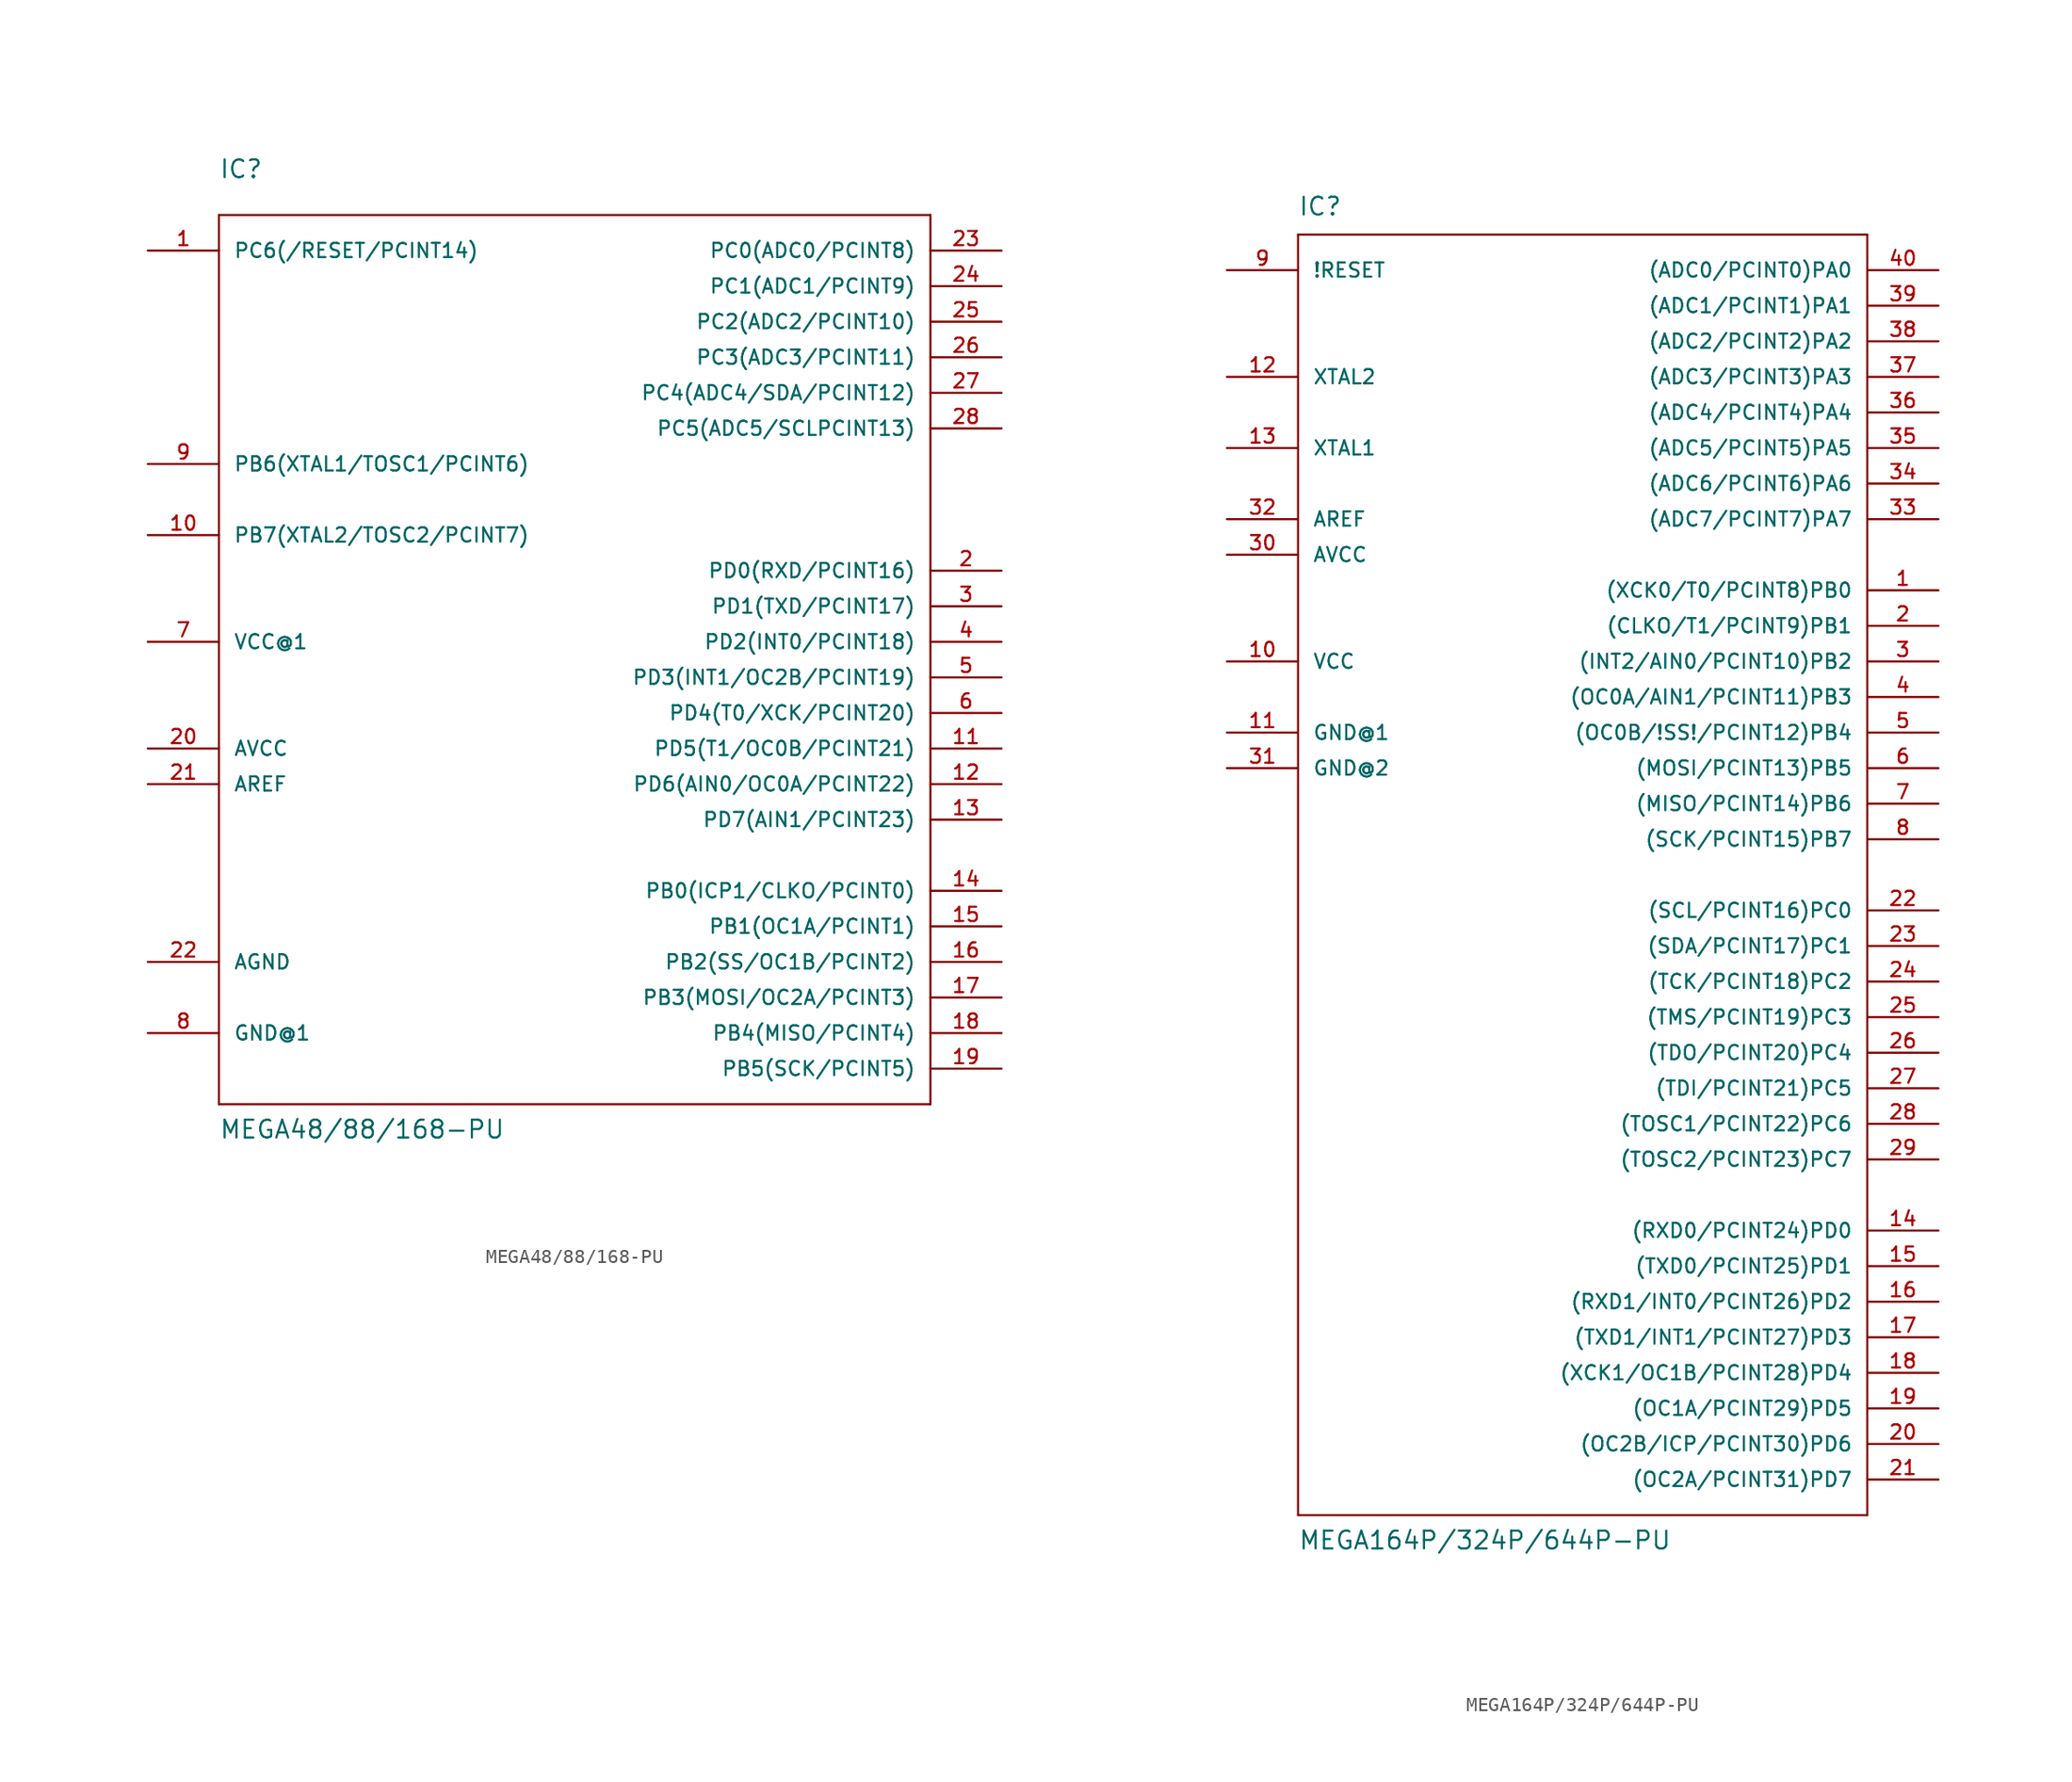
<source format=kicad_sym>
(kicad_symbol_lib
  (version 20220914)
  (generator kicad_symbol_editor)
  (symbol "MEGA48/88/168-PU"
    (pin_names
      (offset 1.016))
    (property "Reference" "IC"
      (at -25.4 33.02 0)
      (effects (font (size 1.27 1.27)) (justify left bottom)))
    (property "Value" "MEGA48/88/168-PU"
      (at -25.4 -35.56 0)
      (effects (font (size 1.27 1.27)) (justify left bottom)))
    (property "Datasheet" ""
      (at 0 0 0)
      (effects (font (size 1.524 1.524))))
    (property "ki_locked" ""
      (at 0 0 0)
      (effects (font (size 1.27 1.27))))
    (symbol "MEGA48/88/168-PU_1_0"
      (polyline (pts (xy -25.4 -33.02) (xy -25.4 30.48)) (stroke (width 0) (type solid)) (fill (type none)))
      (polyline (pts (xy -25.4 30.48) (xy 25.4 30.48)) (stroke (width 0) (type solid)) (fill (type none)))
      (polyline (pts (xy 25.4 -33.02) (xy -25.4 -33.02)) (stroke (width 0) (type solid)) (fill (type none)))
      (polyline (pts (xy 25.4 30.48) (xy 25.4 -33.02)) (stroke (width 0) (type solid)) (fill (type none))))
    (symbol "MEGA48/88/168-PU_1_1"
      (pin bidirectional line (at -30.48 27.94 0) (length 5.08) (name "PC6(/RESET/PCINT14)" (effects (font (size 1.016 1.016)))) (number "1" (effects (font (size 1.016 1.016)))))
      (pin bidirectional line (at -30.48 7.62 0) (length 5.08) (name "PB7(XTAL2/TOSC2/PCINT7)" (effects (font (size 1.016 1.016)))) (number "10" (effects (font (size 1.016 1.016)))))
      (pin bidirectional line (at 30.48 -7.62 180) (length 5.08) (name "PD5(T1/OC0B/PCINT21)" (effects (font (size 1.016 1.016)))) (number "11" (effects (font (size 1.016 1.016)))))
      (pin bidirectional line (at 30.48 -10.16 180) (length 5.08) (name "PD6(AIN0/OC0A/PCINT22)" (effects (font (size 1.016 1.016)))) (number "12" (effects (font (size 1.016 1.016)))))
      (pin bidirectional line (at 30.48 -12.7 180) (length 5.08) (name "PD7(AIN1/PCINT23)" (effects (font (size 1.016 1.016)))) (number "13" (effects (font (size 1.016 1.016)))))
      (pin bidirectional line (at 30.48 -17.78 180) (length 5.08) (name "PB0(ICP1/CLKO/PCINT0)" (effects (font (size 1.016 1.016)))) (number "14" (effects (font (size 1.016 1.016)))))
      (pin bidirectional line (at 30.48 -20.32 180) (length 5.08) (name "PB1(OC1A/PCINT1)" (effects (font (size 1.016 1.016)))) (number "15" (effects (font (size 1.016 1.016)))))
      (pin bidirectional line (at 30.48 -22.86 180) (length 5.08) (name "PB2(SS/OC1B/PCINT2)" (effects (font (size 1.016 1.016)))) (number "16" (effects (font (size 1.016 1.016)))))
      (pin bidirectional line (at 30.48 -25.4 180) (length 5.08) (name "PB3(MOSI/OC2A/PCINT3)" (effects (font (size 1.016 1.016)))) (number "17" (effects (font (size 1.016 1.016)))))
      (pin bidirectional line (at 30.48 -27.94 180) (length 5.08) (name "PB4(MISO/PCINT4)" (effects (font (size 1.016 1.016)))) (number "18" (effects (font (size 1.016 1.016)))))
      (pin bidirectional line (at 30.48 -30.48 180) (length 5.08) (name "PB5(SCK/PCINT5)" (effects (font (size 1.016 1.016)))) (number "19" (effects (font (size 1.016 1.016)))))
      (pin bidirectional line (at 30.48 5.08 180) (length 5.08) (name "PD0(RXD/PCINT16)" (effects (font (size 1.016 1.016)))) (number "2" (effects (font (size 1.016 1.016)))))
      (pin passive line (at -30.48 -7.62 0) (length 5.08) (name "AVCC" (effects (font (size 1.016 1.016)))) (number "20" (effects (font (size 1.016 1.016)))))
      (pin passive line (at -30.48 -10.16 0) (length 5.08) (name "AREF" (effects (font (size 1.016 1.016)))) (number "21" (effects (font (size 1.016 1.016)))))
      (pin power_in line (at -30.48 -22.86 0) (length 5.08) (name "AGND" (effects (font (size 1.016 1.016)))) (number "22" (effects (font (size 1.016 1.016)))))
      (pin bidirectional line (at 30.48 27.94 180) (length 5.08) (name "PC0(ADC0/PCINT8)" (effects (font (size 1.016 1.016)))) (number "23" (effects (font (size 1.016 1.016)))))
      (pin bidirectional line (at 30.48 25.4 180) (length 5.08) (name "PC1(ADC1/PCINT9)" (effects (font (size 1.016 1.016)))) (number "24" (effects (font (size 1.016 1.016)))))
      (pin bidirectional line (at 30.48 22.86 180) (length 5.08) (name "PC2(ADC2/PCINT10)" (effects (font (size 1.016 1.016)))) (number "25" (effects (font (size 1.016 1.016)))))
      (pin bidirectional line (at 30.48 20.32 180) (length 5.08) (name "PC3(ADC3/PCINT11)" (effects (font (size 1.016 1.016)))) (number "26" (effects (font (size 1.016 1.016)))))
      (pin bidirectional line (at 30.48 17.78 180) (length 5.08) (name "PC4(ADC4/SDA/PCINT12)" (effects (font (size 1.016 1.016)))) (number "27" (effects (font (size 1.016 1.016)))))
      (pin bidirectional line (at 30.48 15.24 180) (length 5.08) (name "PC5(ADC5/SCLPCINT13)" (effects (font (size 1.016 1.016)))) (number "28" (effects (font (size 1.016 1.016)))))
      (pin bidirectional line (at 30.48 2.54 180) (length 5.08) (name "PD1(TXD/PCINT17)" (effects (font (size 1.016 1.016)))) (number "3" (effects (font (size 1.016 1.016)))))
      (pin bidirectional line (at 30.48 0 180) (length 5.08) (name "PD2(INT0/PCINT18)" (effects (font (size 1.016 1.016)))) (number "4" (effects (font (size 1.016 1.016)))))
      (pin bidirectional line (at 30.48 -2.54 180) (length 5.08) (name "PD3(INT1/OC2B/PCINT19)" (effects (font (size 1.016 1.016)))) (number "5" (effects (font (size 1.016 1.016)))))
      (pin bidirectional line (at 30.48 -5.08 180) (length 5.08) (name "PD4(T0/XCK/PCINT20)" (effects (font (size 1.016 1.016)))) (number "6" (effects (font (size 1.016 1.016)))))
      (pin power_in line (at -30.48 0 0) (length 5.08) (name "VCC@1" (effects (font (size 1.016 1.016)))) (number "7" (effects (font (size 1.016 1.016)))))
      (pin power_in line (at -30.48 -27.94 0) (length 5.08) (name "GND@1" (effects (font (size 1.016 1.016)))) (number "8" (effects (font (size 1.016 1.016)))))
      (pin bidirectional line (at -30.48 12.7 0) (length 5.08) (name "PB6(XTAL1/TOSC1/PCINT6)" (effects (font (size 1.016 1.016)))) (number "9" (effects (font (size 1.016 1.016)))))))
  (symbol "MEGA164P/324P/644P-PU"
    (pin_names
      (offset 1.016))
    (property "Reference" "IC"
      (at -20.32 46.99 0)
      (effects (font (size 1.27 1.27)) (justify left bottom)))
    (property "Value" "MEGA164P/324P/644P-PU"
      (at -20.32 -48.26 0)
      (effects (font (size 1.27 1.27)) (justify left bottom)))
    (property "Datasheet" ""
      (at 0 0 0)
      (effects (font (size 1.524 1.524))))
    (property "ki_locked" ""
      (at 0 0 0)
      (effects (font (size 1.27 1.27))))
    (symbol "MEGA164P/324P/644P-PU_1_0"
      (polyline (pts (xy -20.32 -45.72) (xy -20.32 45.72)) (stroke (width 0) (type solid)) (fill (type none)))
      (polyline (pts (xy -20.32 45.72) (xy 20.32 45.72)) (stroke (width 0) (type solid)) (fill (type none)))
      (polyline (pts (xy 20.32 -45.72) (xy -20.32 -45.72)) (stroke (width 0) (type solid)) (fill (type none)))
      (polyline (pts (xy 20.32 45.72) (xy 20.32 -45.72)) (stroke (width 0) (type solid)) (fill (type none))))
    (symbol "MEGA164P/324P/644P-PU_1_1"
      (pin bidirectional line (at 25.4 20.32 180) (length 5.08) (name "(XCK0/T0/PCINT8)PB0" (effects (font (size 1.016 1.016)))) (number "1" (effects (font (size 1.016 1.016)))))
      (pin power_in line (at -25.4 15.24 0) (length 5.08) (name "VCC" (effects (font (size 1.016 1.016)))) (number "10" (effects (font (size 1.016 1.016)))))
      (pin power_in line (at -25.4 10.16 0) (length 5.08) (name "GND@1" (effects (font (size 1.016 1.016)))) (number "11" (effects (font (size 1.016 1.016)))))
      (pin output line (at -25.4 35.56 0) (length 5.08) (name "XTAL2" (effects (font (size 1.016 1.016)))) (number "12" (effects (font (size 1.016 1.016)))))
      (pin input line (at -25.4 30.48 0) (length 5.08) (name "XTAL1" (effects (font (size 1.016 1.016)))) (number "13" (effects (font (size 1.016 1.016)))))
      (pin bidirectional line (at 25.4 -25.4 180) (length 5.08) (name "(RXD0/PCINT24)PD0" (effects (font (size 1.016 1.016)))) (number "14" (effects (font (size 1.016 1.016)))))
      (pin bidirectional line (at 25.4 -27.94 180) (length 5.08) (name "(TXD0/PCINT25)PD1" (effects (font (size 1.016 1.016)))) (number "15" (effects (font (size 1.016 1.016)))))
      (pin bidirectional line (at 25.4 -30.48 180) (length 5.08) (name "(RXD1/INT0/PCINT26)PD2" (effects (font (size 1.016 1.016)))) (number "16" (effects (font (size 1.016 1.016)))))
      (pin bidirectional line (at 25.4 -33.02 180) (length 5.08) (name "(TXD1/INT1/PCINT27)PD3" (effects (font (size 1.016 1.016)))) (number "17" (effects (font (size 1.016 1.016)))))
      (pin bidirectional line (at 25.4 -35.56 180) (length 5.08) (name "(XCK1/OC1B/PCINT28)PD4" (effects (font (size 1.016 1.016)))) (number "18" (effects (font (size 1.016 1.016)))))
      (pin bidirectional line (at 25.4 -38.1 180) (length 5.08) (name "(OC1A/PCINT29)PD5" (effects (font (size 1.016 1.016)))) (number "19" (effects (font (size 1.016 1.016)))))
      (pin bidirectional line (at 25.4 17.78 180) (length 5.08) (name "(CLKO/T1/PCINT9)PB1" (effects (font (size 1.016 1.016)))) (number "2" (effects (font (size 1.016 1.016)))))
      (pin bidirectional line (at 25.4 -40.64 180) (length 5.08) (name "(OC2B/ICP/PCINT30)PD6" (effects (font (size 1.016 1.016)))) (number "20" (effects (font (size 1.016 1.016)))))
      (pin bidirectional line (at 25.4 -43.18 180) (length 5.08) (name "(OC2A/PCINT31)PD7" (effects (font (size 1.016 1.016)))) (number "21" (effects (font (size 1.016 1.016)))))
      (pin bidirectional line (at 25.4 -2.54 180) (length 5.08) (name "(SCL/PCINT16)PC0" (effects (font (size 1.016 1.016)))) (number "22" (effects (font (size 1.016 1.016)))))
      (pin bidirectional line (at 25.4 -5.08 180) (length 5.08) (name "(SDA/PCINT17)PC1" (effects (font (size 1.016 1.016)))) (number "23" (effects (font (size 1.016 1.016)))))
      (pin bidirectional line (at 25.4 -7.62 180) (length 5.08) (name "(TCK/PCINT18)PC2" (effects (font (size 1.016 1.016)))) (number "24" (effects (font (size 1.016 1.016)))))
      (pin bidirectional line (at 25.4 -10.16 180) (length 5.08) (name "(TMS/PCINT19)PC3" (effects (font (size 1.016 1.016)))) (number "25" (effects (font (size 1.016 1.016)))))
      (pin bidirectional line (at 25.4 -12.7 180) (length 5.08) (name "(TDO/PCINT20)PC4" (effects (font (size 1.016 1.016)))) (number "26" (effects (font (size 1.016 1.016)))))
      (pin bidirectional line (at 25.4 -15.24 180) (length 5.08) (name "(TDI/PCINT21)PC5" (effects (font (size 1.016 1.016)))) (number "27" (effects (font (size 1.016 1.016)))))
      (pin bidirectional line (at 25.4 -17.78 180) (length 5.08) (name "(TOSC1/PCINT22)PC6" (effects (font (size 1.016 1.016)))) (number "28" (effects (font (size 1.016 1.016)))))
      (pin bidirectional line (at 25.4 -20.32 180) (length 5.08) (name "(TOSC2/PCINT23)PC7" (effects (font (size 1.016 1.016)))) (number "29" (effects (font (size 1.016 1.016)))))
      (pin bidirectional line (at 25.4 15.24 180) (length 5.08) (name "(INT2/AIN0/PCINT10)PB2" (effects (font (size 1.016 1.016)))) (number "3" (effects (font (size 1.016 1.016)))))
      (pin power_in line (at -25.4 22.86 0) (length 5.08) (name "AVCC" (effects (font (size 1.016 1.016)))) (number "30" (effects (font (size 1.016 1.016)))))
      (pin power_in line (at -25.4 7.62 0) (length 5.08) (name "GND@2" (effects (font (size 1.016 1.016)))) (number "31" (effects (font (size 1.016 1.016)))))
      (pin power_in line (at -25.4 25.4 0) (length 5.08) (name "AREF" (effects (font (size 1.016 1.016)))) (number "32" (effects (font (size 1.016 1.016)))))
      (pin bidirectional line (at 25.4 25.4 180) (length 5.08) (name "(ADC7/PCINT7)PA7" (effects (font (size 1.016 1.016)))) (number "33" (effects (font (size 1.016 1.016)))))
      (pin bidirectional line (at 25.4 27.94 180) (length 5.08) (name "(ADC6/PCINT6)PA6" (effects (font (size 1.016 1.016)))) (number "34" (effects (font (size 1.016 1.016)))))
      (pin bidirectional line (at 25.4 30.48 180) (length 5.08) (name "(ADC5/PCINT5)PA5" (effects (font (size 1.016 1.016)))) (number "35" (effects (font (size 1.016 1.016)))))
      (pin bidirectional line (at 25.4 33.02 180) (length 5.08) (name "(ADC4/PCINT4)PA4" (effects (font (size 1.016 1.016)))) (number "36" (effects (font (size 1.016 1.016)))))
      (pin bidirectional line (at 25.4 35.56 180) (length 5.08) (name "(ADC3/PCINT3)PA3" (effects (font (size 1.016 1.016)))) (number "37" (effects (font (size 1.016 1.016)))))
      (pin bidirectional line (at 25.4 38.1 180) (length 5.08) (name "(ADC2/PCINT2)PA2" (effects (font (size 1.016 1.016)))) (number "38" (effects (font (size 1.016 1.016)))))
      (pin bidirectional line (at 25.4 40.64 180) (length 5.08) (name "(ADC1/PCINT1)PA1" (effects (font (size 1.016 1.016)))) (number "39" (effects (font (size 1.016 1.016)))))
      (pin bidirectional line (at 25.4 12.7 180) (length 5.08) (name "(OC0A/AIN1/PCINT11)PB3" (effects (font (size 1.016 1.016)))) (number "4" (effects (font (size 1.016 1.016)))))
      (pin bidirectional line (at 25.4 43.18 180) (length 5.08) (name "(ADC0/PCINT0)PA0" (effects (font (size 1.016 1.016)))) (number "40" (effects (font (size 1.016 1.016)))))
      (pin bidirectional line (at 25.4 10.16 180) (length 5.08) (name "(OC0B/!SS!/PCINT12)PB4" (effects (font (size 1.016 1.016)))) (number "5" (effects (font (size 1.016 1.016)))))
      (pin bidirectional line (at 25.4 7.62 180) (length 5.08) (name "(MOSI/PCINT13)PB5" (effects (font (size 1.016 1.016)))) (number "6" (effects (font (size 1.016 1.016)))))
      (pin bidirectional line (at 25.4 5.08 180) (length 5.08) (name "(MISO/PCINT14)PB6" (effects (font (size 1.016 1.016)))) (number "7" (effects (font (size 1.016 1.016)))))
      (pin bidirectional line (at 25.4 2.54 180) (length 5.08) (name "(SCK/PCINT15)PB7" (effects (font (size 1.016 1.016)))) (number "8" (effects (font (size 1.016 1.016)))))
      (pin input line (at -25.4 43.18 0) (length 5.08) (name "!RESET" (effects (font (size 1.016 1.016)))) (number "9" (effects (font (size 1.016 1.016))))))))
</source>
